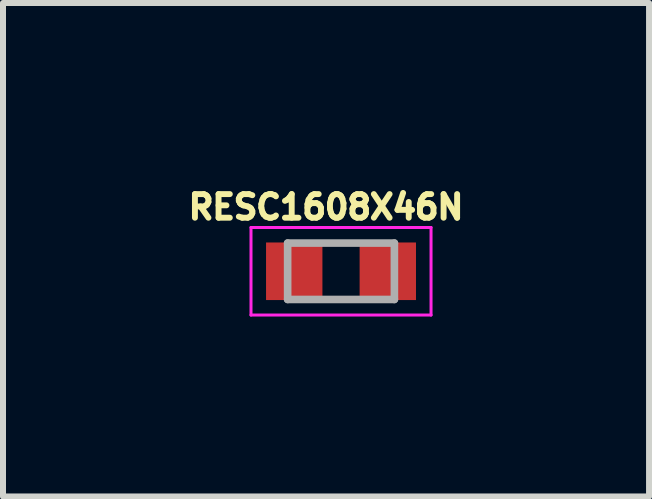
<source format=kicad_pcb>
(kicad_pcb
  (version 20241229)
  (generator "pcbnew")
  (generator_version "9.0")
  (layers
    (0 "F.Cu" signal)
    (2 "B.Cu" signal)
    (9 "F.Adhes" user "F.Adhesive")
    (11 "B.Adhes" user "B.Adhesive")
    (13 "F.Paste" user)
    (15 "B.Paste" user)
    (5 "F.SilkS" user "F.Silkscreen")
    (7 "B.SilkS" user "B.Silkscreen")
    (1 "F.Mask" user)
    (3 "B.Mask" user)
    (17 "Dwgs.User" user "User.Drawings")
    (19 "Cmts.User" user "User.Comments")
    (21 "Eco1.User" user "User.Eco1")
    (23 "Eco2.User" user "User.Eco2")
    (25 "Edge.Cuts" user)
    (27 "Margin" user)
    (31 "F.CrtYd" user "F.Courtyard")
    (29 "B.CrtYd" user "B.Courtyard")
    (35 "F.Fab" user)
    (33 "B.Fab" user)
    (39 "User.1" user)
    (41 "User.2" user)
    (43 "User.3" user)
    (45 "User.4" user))
  (footprint "RESC1608X46N"
    (layer "F.Cu")
    (at 2.636 1.473)
    (property "Reference" "RESC1608X46N" (at -0.25 -1.07 0) (layer "F.SilkS") (effects (font (size 0.394 0.394) (thickness 0.15))))
    (attr smd)
    (fp_line (start -1.501 -0.73) (end 1.501 -0.73) (stroke (width 0.05) (type solid)) (layer "F.CrtYd"))
    (fp_line (start -1.501 0.73) (end -1.501 -0.73) (stroke (width 0.05) (type solid)) (layer "F.CrtYd"))
    (fp_line (start -1.501 0.73) (end 1.501 0.73) (stroke (width 0.05) (type solid)) (layer "F.CrtYd"))
    (fp_line (start 1.501 0.73) (end 1.501 -0.73) (stroke (width 0.05) (type solid)) (layer "F.CrtYd"))
    (fp_line (start -0.89 0.47) (end -0.89 -0.47) (stroke (width 0.127) (type solid)) (layer "F.Fab"))
    (fp_line (start 0.89 -0.47) (end -0.89 -0.47) (stroke (width 0.127) (type solid)) (layer "F.Fab"))
    (fp_line (start 0.89 0.47) (end -0.89 0.47) (stroke (width 0.127) (type solid)) (layer "F.Fab"))
    (fp_line (start 0.89 0.47) (end 0.89 -0.47) (stroke (width 0.127) (type solid)) (layer "F.Fab"))
    (pad "1" smd rect (at -0.78 0) (size 0.94 0.96) (layers "F.Cu" "F.Mask" "F.Paste"))
    (pad "2" smd rect (at 0.78 0) (size 0.94 0.96) (layers "F.Cu" "F.Mask" "F.Paste")))
  (gr_rect
    (start -3 -3)
    (end 7.772 5.228)
    (stroke (width 0.1) (type default))
    (fill no)
    (layer "Edge.Cuts")))
</source>
